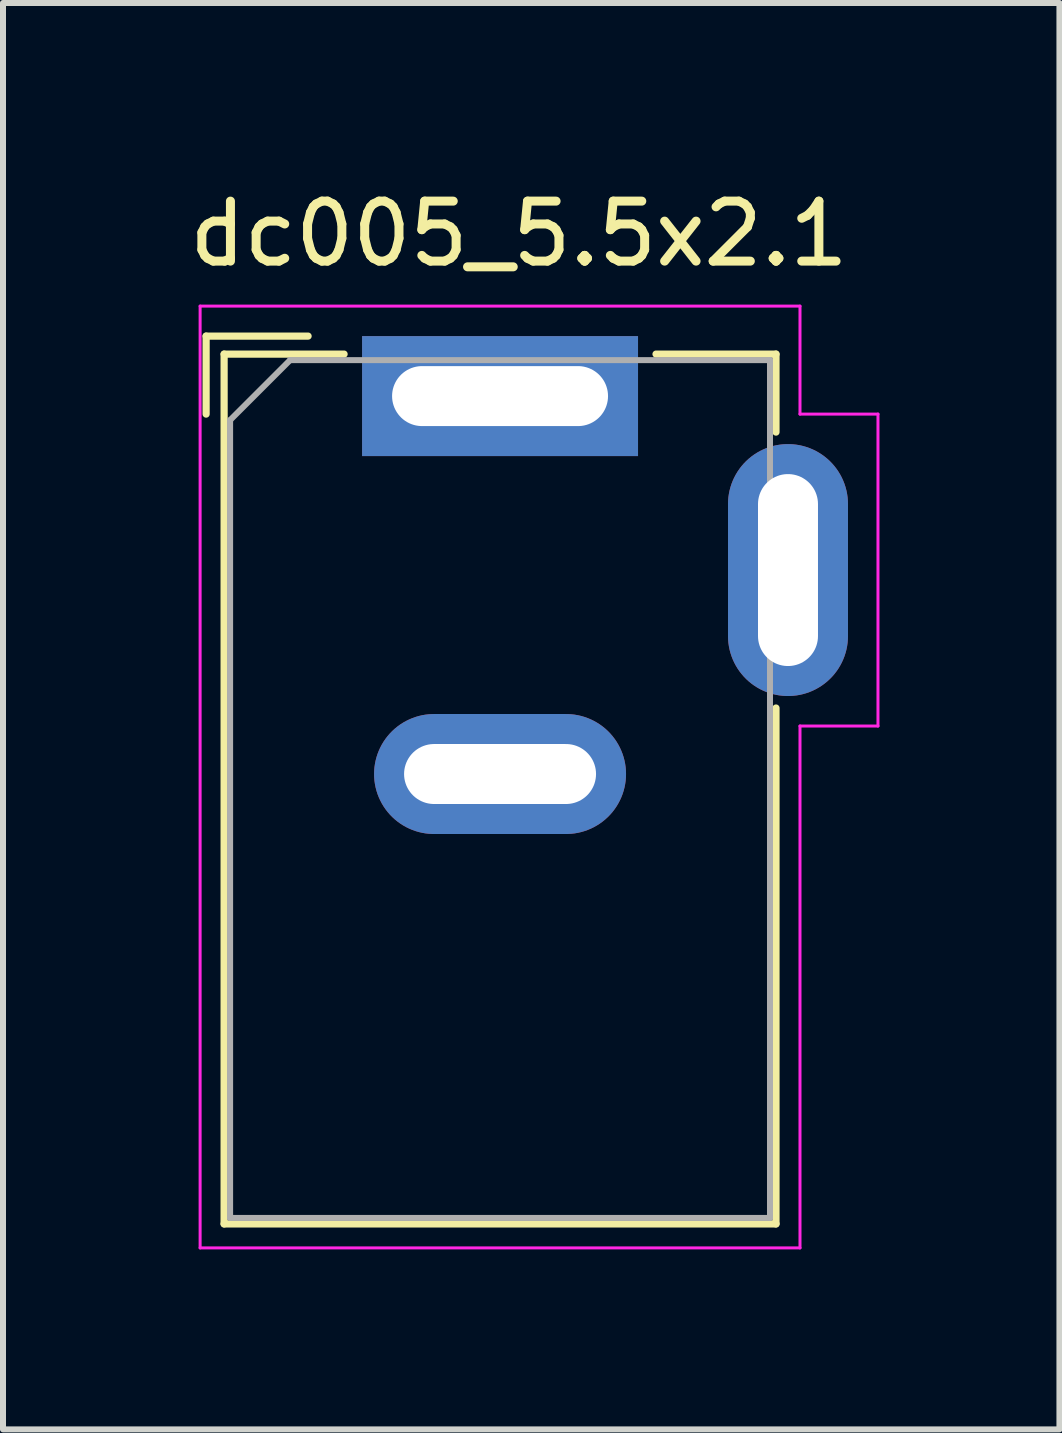
<source format=kicad_pcb>
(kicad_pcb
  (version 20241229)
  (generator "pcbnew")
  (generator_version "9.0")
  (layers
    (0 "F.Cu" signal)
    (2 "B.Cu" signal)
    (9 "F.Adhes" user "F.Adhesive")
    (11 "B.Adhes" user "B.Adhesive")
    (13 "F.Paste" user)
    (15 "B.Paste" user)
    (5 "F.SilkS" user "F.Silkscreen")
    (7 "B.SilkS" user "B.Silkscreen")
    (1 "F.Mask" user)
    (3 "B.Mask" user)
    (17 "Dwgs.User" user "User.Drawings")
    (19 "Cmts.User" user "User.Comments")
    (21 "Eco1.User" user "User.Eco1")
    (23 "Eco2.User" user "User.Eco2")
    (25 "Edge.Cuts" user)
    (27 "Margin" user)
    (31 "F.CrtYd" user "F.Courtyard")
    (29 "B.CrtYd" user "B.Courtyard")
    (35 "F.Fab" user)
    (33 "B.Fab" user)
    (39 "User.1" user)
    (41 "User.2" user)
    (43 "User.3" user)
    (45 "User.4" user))
  (footprint "dc005_5.5x2.1"
    (layer "F.Cu")
    (at 5.286 9.853)
    (property "Reference" "dc005_5.5x2.1" (at 0.315 -9.005 0) (unlocked yes) (layer "F.SilkS") (effects (font (size 1 1) (thickness 0.15))))
    (attr through_hole)
    (fp_line (start -4.9 -7.3) (end -4.9 -6) (stroke (width 0.12) (type solid)) (layer "F.SilkS"))
    (fp_line (start -4.6 -7) (end -2.6 -7) (stroke (width 0.12) (type solid)) (layer "F.SilkS"))
    (fp_line (start -4.6 7.5) (end -4.6 -7) (stroke (width 0.12) (type solid)) (layer "F.SilkS"))
    (fp_line (start -3.2 -7.3) (end -4.9 -7.3) (stroke (width 0.12) (type solid)) (layer "F.SilkS"))
    (fp_line (start 2.6 -7) (end 4.6 -7) (stroke (width 0.12) (type solid)) (layer "F.SilkS"))
    (fp_line (start 4.6 -7) (end 4.6 -5.7) (stroke (width 0.12) (type solid)) (layer "F.SilkS"))
    (fp_line (start 4.6 -1.1) (end 4.6 7.5) (stroke (width 0.12) (type solid)) (layer "F.SilkS"))
    (fp_line (start 4.6 7.5) (end -4.6 7.5) (stroke (width 0.12) (type solid)) (layer "F.SilkS"))
    (fp_line (start -5 -7.8) (end -5 7.9) (stroke (width 0.05) (type solid)) (layer "F.CrtYd"))
    (fp_line (start -5 7.9) (end 5 7.9) (stroke (width 0.05) (type solid)) (layer "F.CrtYd"))
    (fp_line (start 5 -7.8) (end -5 -7.8) (stroke (width 0.05) (type solid)) (layer "F.CrtYd"))
    (fp_line (start 5 -6) (end 5 -7.8) (stroke (width 0.05) (type solid)) (layer "F.CrtYd"))
    (fp_line (start 5 7.9) (end 5 -0.8) (stroke (width 0.05) (type solid)) (layer "F.CrtYd"))
    (fp_line (start 6.3 -6) (end 5 -6) (stroke (width 0.05) (type solid)) (layer "F.CrtYd"))
    (fp_line (start 6.3 -6) (end 6.3 -0.8) (stroke (width 0.05) (type solid)) (layer "F.CrtYd"))
    (fp_line (start 6.3 -0.8) (end 5 -0.8) (stroke (width 0.05) (type solid)) (layer "F.CrtYd"))
    (fp_line (start -4.5 -5.9) (end -3.5 -6.9) (stroke (width 0.1) (type solid)) (layer "F.Fab"))
    (fp_line (start -4.5 7.4) (end -4.5 -5.9) (stroke (width 0.1) (type solid)) (layer "F.Fab"))
    (fp_line (start 4.5 -6.9) (end -3.5 -6.9) (stroke (width 0.1) (type solid)) (layer "F.Fab"))
    (fp_line (start 4.5 -6.9) (end 4.5 7.4) (stroke (width 0.1) (type solid)) (layer "F.Fab"))
    (fp_line (start 4.5 7.4) (end -4.5 7.4) (stroke (width 0.1) (type solid)) (layer "F.Fab"))
    (pad "1" thru_hole rect (at 0 -6.3) (size 4.6 2) (drill oval 3.6 1) (layers "*.Cu" "*.Mask"))
    (pad "2" thru_hole oval (at 0 0) (size 4.2 2) (drill oval 3.2 1) (layers "*.Cu" "*.Mask"))
    (pad "3" thru_hole oval (at 4.8 -3.4) (size 2 4.2) (drill oval 1 3.2) (layers "*.Cu" "*.Mask")))
  (gr_rect
    (start -3 -3)
    (end 14.611 20.778)
    (stroke (width 0.1) (type default))
    (fill no)
    (layer "Edge.Cuts")))
</source>
